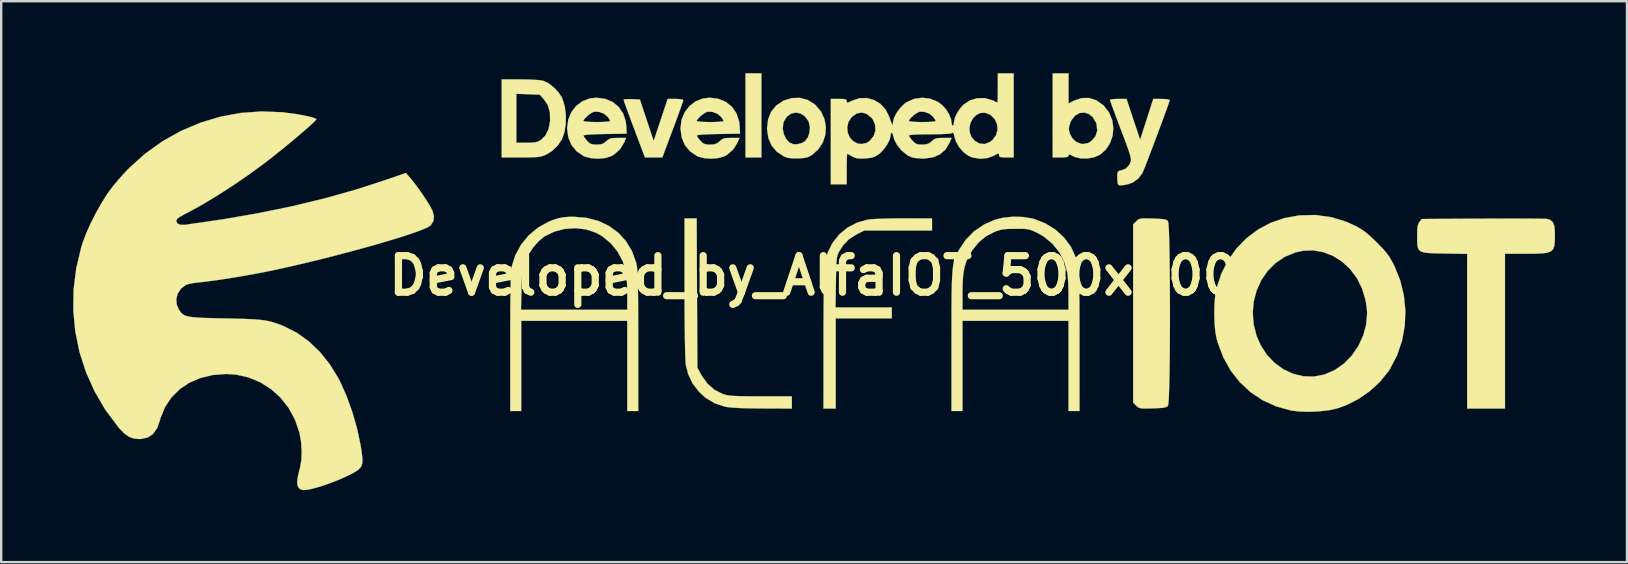
<source format=kicad_pcb>
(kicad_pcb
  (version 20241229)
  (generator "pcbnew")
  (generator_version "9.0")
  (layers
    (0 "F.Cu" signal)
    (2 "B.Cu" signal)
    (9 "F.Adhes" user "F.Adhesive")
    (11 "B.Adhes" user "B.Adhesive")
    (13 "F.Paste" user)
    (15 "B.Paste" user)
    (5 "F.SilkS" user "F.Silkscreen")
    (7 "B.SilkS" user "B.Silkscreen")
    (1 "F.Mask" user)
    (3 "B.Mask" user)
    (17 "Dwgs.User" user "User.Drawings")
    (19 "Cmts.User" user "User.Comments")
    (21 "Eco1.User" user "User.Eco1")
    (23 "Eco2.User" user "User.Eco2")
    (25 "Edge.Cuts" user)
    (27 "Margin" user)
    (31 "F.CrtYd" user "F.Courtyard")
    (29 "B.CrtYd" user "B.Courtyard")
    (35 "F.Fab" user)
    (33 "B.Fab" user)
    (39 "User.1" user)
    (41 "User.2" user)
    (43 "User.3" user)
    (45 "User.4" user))
  (footprint "Developed_by_AlfaIOT_500x500"
    (layer "F.Cu")
    (at 30.862 8.438)
    (property "Reference" "Developed_by_AlfaIOT_500x500" (at 0 0 0) (layer "F.SilkS") (effects (font (size 1.524 1.524) (thickness 0.3))))
    (attr through_hole)
    (fp_poly (pts (xy -2.184 -4.928) (xy -2.845 -4.928) (xy -2.845 -8.433) (xy -2.184 -8.433) (xy -2.184 -4.928)) (stroke (width 0.01) (type solid)) (fill yes) (layer "F.SilkS"))
    (fp_poly (pts (xy -5.594 -7.359) (xy -5.477 -7.34) (xy -5.436 -7.316) (xy -5.453 -7.256) (xy -5.501 -7.115) (xy -5.575 -6.906) (xy -5.671 -6.643) (xy -5.783 -6.339) (xy -5.874 -6.097) (xy -6.312 -4.928) (xy -6.674 -4.928) (xy -7.036 -4.928) (xy -7.48 -6.109) (xy -7.603 -6.435) (xy -7.712 -6.73) (xy -7.804 -6.981) (xy -7.873 -7.173) (xy -7.915 -7.294) (xy -7.925 -7.33) (xy -7.879 -7.349) (xy -7.757 -7.358) (xy -7.587 -7.356) (xy -7.586 -7.356) (xy -7.247 -7.341) (xy -6.959 -6.477) (xy -6.672 -5.613) (xy -6.38 -6.49) (xy -6.088 -7.366) (xy -5.762 -7.366) (xy -5.594 -7.359)) (stroke (width 0.01) (type solid)) (fill yes) (layer "F.SilkS"))
    (fp_poly (pts (xy -4.866 0.724) (xy -4.851 3.835) (xy -4.67 4.166) (xy -4.432 4.5) (xy -4.134 4.759) (xy -3.784 4.935) (xy -3.747 4.947) (xy -3.647 4.974) (xy -3.522 4.994) (xy -3.36 5.009) (xy -3.145 5.019) (xy -2.866 5.026) (xy -2.507 5.029) (xy -2.204 5.029) (xy -0.914 5.029) (xy -0.914 5.537) (xy -2.146 5.533) (xy -2.66 5.528) (xy -3.075 5.517) (xy -3.395 5.498) (xy -3.624 5.473) (xy -3.696 5.46) (xy -4.122 5.32) (xy -4.5 5.095) (xy -4.778 4.843) (xy -5.052 4.488) (xy -5.238 4.09) (xy -5.331 3.708) (xy -5.343 3.582) (xy -5.353 3.361) (xy -5.362 3.052) (xy -5.37 2.661) (xy -5.376 2.195) (xy -5.381 1.661) (xy -5.384 1.067) (xy -5.384 0.495) (xy -5.385 -2.388) (xy -4.88 -2.388) (xy -4.866 0.724)) (stroke (width 0.01) (type solid)) (fill yes) (layer "F.SilkS"))
    (fp_poly (pts (xy 4.928 -1.88) (xy 2.099 -1.88) (xy 1.789 -1.725) (xy 1.469 -1.522) (xy 1.216 -1.258) (xy 1.054 -1.002) (xy 1.016 -0.923) (xy 0.986 -0.841) (xy 0.965 -0.74) (xy 0.95 -0.604) (xy 0.939 -0.418) (xy 0.931 -0.165) (xy 0.925 0.169) (xy 0.923 0.267) (xy 0.907 1.321) (xy 3.251 1.321) (xy 3.251 1.778) (xy 0.914 1.778) (xy 0.914 5.537) (xy 0.406 5.537) (xy 0.407 2.68) (xy 0.408 2.051) (xy 0.411 1.473) (xy 0.415 0.954) (xy 0.422 0.5) (xy 0.43 0.119) (xy 0.439 -0.182) (xy 0.449 -0.395) (xy 0.46 -0.508) (xy 0.581 -0.964) (xy 0.785 -1.371) (xy 1.065 -1.721) (xy 1.41 -2.005) (xy 1.812 -2.214) (xy 2.261 -2.337) (xy 2.266 -2.338) (xy 2.405 -2.352) (xy 2.625 -2.365) (xy 2.909 -2.375) (xy 3.236 -2.383) (xy 3.588 -2.387) (xy 3.747 -2.387) (xy 4.928 -2.388) (xy 4.928 -1.88)) (stroke (width 0.01) (type solid)) (fill yes) (layer "F.SilkS"))
    (fp_poly (pts (xy 29.313 -2.38) (xy 29.701 -2.379) (xy 30.03 -2.377) (xy 30.291 -2.373) (xy 30.472 -2.369) (xy 30.563 -2.364) (xy 30.57 -2.363) (xy 30.708 -2.311) (xy 30.8 -2.225) (xy 30.855 -2.087) (xy 30.881 -1.879) (xy 30.885 -1.664) (xy 30.88 -1.428) (xy 30.861 -1.248) (xy 30.815 -1.116) (xy 30.731 -1.024) (xy 30.595 -0.965) (xy 30.397 -0.933) (xy 30.123 -0.918) (xy 29.763 -0.914) (xy 29.671 -0.914) (xy 28.804 -0.914) (xy 28.804 5.537) (xy 27.229 5.537) (xy 27.229 -0.908) (xy 26.284 -0.924) (xy 25.917 -0.931) (xy 25.638 -0.942) (xy 25.436 -0.966) (xy 25.299 -1.01) (xy 25.213 -1.083) (xy 25.168 -1.192) (xy 25.149 -1.346) (xy 25.146 -1.551) (xy 25.146 -1.651) (xy 25.15 -1.888) (xy 25.164 -2.049) (xy 25.191 -2.156) (xy 25.237 -2.235) (xy 25.243 -2.242) (xy 25.34 -2.362) (xy 27.897 -2.377) (xy 28.401 -2.379) (xy 28.876 -2.38) (xy 29.313 -2.38)) (stroke (width 0.01) (type solid)) (fill yes) (layer "F.SilkS"))
    (fp_poly (pts (xy 13.98 -2.384) (xy 14.129 -2.379) (xy 14.381 -2.369) (xy 14.551 -2.356) (xy 14.659 -2.335) (xy 14.724 -2.303) (xy 14.762 -2.264) (xy 14.776 -2.193) (xy 14.79 -2.031) (xy 14.802 -1.786) (xy 14.812 -1.47) (xy 14.821 -1.092) (xy 14.828 -0.66) (xy 14.834 -0.187) (xy 14.838 0.32) (xy 14.841 0.849) (xy 14.842 1.392) (xy 14.842 1.937) (xy 14.84 2.477) (xy 14.837 3) (xy 14.832 3.496) (xy 14.826 3.957) (xy 14.818 4.372) (xy 14.809 4.731) (xy 14.798 5.025) (xy 14.786 5.243) (xy 14.772 5.376) (xy 14.762 5.413) (xy 14.717 5.458) (xy 14.646 5.488) (xy 14.531 5.508) (xy 14.35 5.521) (xy 14.129 5.529) (xy 13.882 5.535) (xy 13.716 5.534) (xy 13.606 5.522) (xy 13.533 5.496) (xy 13.474 5.451) (xy 13.439 5.417) (xy 13.31 5.288) (xy 13.31 -2.138) (xy 13.439 -2.267) (xy 13.5 -2.324) (xy 13.563 -2.36) (xy 13.649 -2.38) (xy 13.781 -2.386) (xy 13.98 -2.384)) (stroke (width 0.01) (type solid)) (fill yes) (layer "F.SilkS"))
    (fp_poly (pts (xy -11.922 -8.175) (xy -11.644 -8.163) (xy -11.422 -8.145) (xy -11.278 -8.122) (xy -11.266 -8.118) (xy -11.05 -8.014) (xy -10.829 -7.843) (xy -10.632 -7.631) (xy -10.488 -7.407) (xy -10.473 -7.373) (xy -10.378 -7.061) (xy -10.332 -6.704) (xy -10.336 -6.336) (xy -10.388 -5.989) (xy -10.488 -5.696) (xy -10.497 -5.678) (xy -10.679 -5.414) (xy -10.923 -5.186) (xy -11.15 -5.047) (xy -11.256 -5.002) (xy -11.359 -4.969) (xy -11.48 -4.948) (xy -11.64 -4.936) (xy -11.857 -4.93) (xy -12.154 -4.928) (xy -12.205 -4.928) (xy -13.005 -4.928) (xy -13.005 -5.537) (xy -12.395 -5.537) (xy -11.971 -5.537) (xy -11.744 -5.542) (xy -11.588 -5.56) (xy -11.472 -5.596) (xy -11.374 -5.652) (xy -11.184 -5.839) (xy -11.054 -6.103) (xy -10.988 -6.439) (xy -10.988 -6.441) (xy -10.995 -6.806) (xy -11.089 -7.119) (xy -11.251 -7.357) (xy -11.422 -7.544) (xy -12.395 -7.579) (xy -12.395 -5.537) (xy -13.005 -5.537) (xy -13.005 -8.179) (xy -12.236 -8.179) (xy -11.922 -8.175)) (stroke (width 0.01) (type solid)) (fill yes) (layer "F.SilkS"))
    (fp_poly (pts (xy 10.617 -7.177) (xy 10.854 -7.297) (xy 11.162 -7.401) (xy 11.468 -7.406) (xy 11.764 -7.312) (xy 12.041 -7.122) (xy 12.098 -7.068) (xy 12.307 -6.794) (xy 12.435 -6.484) (xy 12.483 -6.156) (xy 12.453 -5.829) (xy 12.346 -5.52) (xy 12.164 -5.247) (xy 11.929 -5.043) (xy 11.697 -4.938) (xy 11.42 -4.885) (xy 11.135 -4.887) (xy 10.882 -4.945) (xy 10.808 -4.979) (xy 10.687 -5.039) (xy 10.631 -5.046) (xy 10.617 -5.005) (xy 10.596 -4.962) (xy 10.52 -4.938) (xy 10.37 -4.928) (xy 10.287 -4.928) (xy 9.957 -4.928) (xy 9.957 -6.081) (xy 10.631 -6.081) (xy 10.661 -5.946) (xy 10.771 -5.729) (xy 10.94 -5.572) (xy 11.147 -5.493) (xy 11.227 -5.486) (xy 11.439 -5.528) (xy 11.578 -5.617) (xy 11.742 -5.815) (xy 11.813 -6.046) (xy 11.787 -6.303) (xy 11.762 -6.378) (xy 11.634 -6.6) (xy 11.465 -6.74) (xy 11.272 -6.799) (xy 11.075 -6.777) (xy 10.892 -6.674) (xy 10.743 -6.489) (xy 10.692 -6.378) (xy 10.639 -6.212) (xy 10.631 -6.081) (xy 9.957 -6.081) (xy 9.957 -8.433) (xy 10.617 -8.433) (xy 10.617 -7.177)) (stroke (width 0.01) (type solid)) (fill yes) (layer "F.SilkS"))
    (fp_poly (pts (xy -0.26 -7.325) (xy 0.027 -7.15) (xy 0.076 -7.107) (xy 0.302 -6.836) (xy 0.444 -6.528) (xy 0.504 -6.2) (xy 0.482 -5.871) (xy 0.379 -5.557) (xy 0.196 -5.274) (xy -0.043 -5.056) (xy -0.174 -4.974) (xy -0.297 -4.925) (xy -0.451 -4.9) (xy -0.652 -4.888) (xy -0.894 -4.888) (xy -1.073 -4.91) (xy -1.223 -4.961) (xy -1.245 -4.971) (xy -1.537 -5.163) (xy -1.754 -5.42) (xy -1.892 -5.735) (xy -1.945 -6.099) (xy -1.945 -6.121) (xy -1.293 -6.121) (xy -1.249 -5.896) (xy -1.151 -5.696) (xy -1.012 -5.547) (xy -0.847 -5.475) (xy -0.673 -5.48) (xy -0.487 -5.531) (xy -0.368 -5.599) (xy -0.246 -5.759) (xy -0.176 -5.973) (xy -0.163 -6.206) (xy -0.213 -6.42) (xy -0.228 -6.45) (xy -0.376 -6.647) (xy -0.558 -6.762) (xy -0.756 -6.797) (xy -0.949 -6.753) (xy -1.117 -6.632) (xy -1.241 -6.437) (xy -1.271 -6.346) (xy -1.293 -6.121) (xy -1.945 -6.121) (xy -1.946 -6.147) (xy -1.902 -6.519) (xy -1.775 -6.833) (xy -1.567 -7.088) (xy -1.277 -7.282) (xy -1.247 -7.297) (xy -0.913 -7.401) (xy -0.579 -7.41) (xy -0.26 -7.325)) (stroke (width 0.01) (type solid)) (fill yes) (layer "F.SilkS"))
    (fp_poly (pts (xy 13.316 -6.515) (xy 13.6 -5.664) (xy 13.874 -6.514) (xy 14.148 -7.365) (xy 14.491 -7.365) (xy 14.664 -7.359) (xy 14.787 -7.341) (xy 14.834 -7.316) (xy 14.834 -7.316) (xy 14.816 -7.256) (xy 14.768 -7.115) (xy 14.694 -6.907) (xy 14.599 -6.647) (xy 14.489 -6.349) (xy 14.369 -6.027) (xy 14.244 -5.694) (xy 14.121 -5.366) (xy 14.003 -5.056) (xy 13.896 -4.778) (xy 13.806 -4.547) (xy 13.738 -4.377) (xy 13.697 -4.281) (xy 13.693 -4.274) (xy 13.523 -4.048) (xy 13.292 -3.882) (xy 13.106 -3.814) (xy 12.897 -3.772) (xy 12.765 -3.763) (xy 12.692 -3.785) (xy 12.683 -3.793) (xy 12.664 -3.859) (xy 12.652 -3.992) (xy 12.649 -4.092) (xy 12.653 -4.248) (xy 12.674 -4.33) (xy 12.729 -4.369) (xy 12.82 -4.39) (xy 13.009 -4.463) (xy 13.144 -4.612) (xy 13.204 -4.74) (xy 13.218 -4.794) (xy 13.217 -4.864) (xy 13.199 -4.961) (xy 13.16 -5.099) (xy 13.097 -5.289) (xy 13.005 -5.542) (xy 12.881 -5.872) (xy 12.801 -6.082) (xy 12.677 -6.411) (xy 12.565 -6.709) (xy 12.471 -6.962) (xy 12.4 -7.158) (xy 12.356 -7.283) (xy 12.344 -7.324) (xy 12.391 -7.345) (xy 12.513 -7.36) (xy 12.684 -7.366) (xy 12.688 -7.366) (xy 13.032 -7.366) (xy 13.316 -6.515)) (stroke (width 0.01) (type solid)) (fill yes) (layer "F.SilkS"))
    (fp_poly (pts (xy -8.7 -7.372) (xy -8.387 -7.242) (xy -8.133 -7.037) (xy -7.946 -6.764) (xy -7.837 -6.433) (xy -7.812 -6.223) (xy -7.798 -5.918) (xy -8.7 -5.904) (xy -9.018 -5.897) (xy -9.279 -5.885) (xy -9.47 -5.871) (xy -9.579 -5.854) (xy -9.601 -5.842) (xy -9.57 -5.777) (xy -9.491 -5.671) (xy -9.453 -5.627) (xy -9.347 -5.524) (xy -9.243 -5.475) (xy -9.093 -5.461) (xy -9.05 -5.461) (xy -8.873 -5.473) (xy -8.749 -5.52) (xy -8.649 -5.601) (xy -8.557 -5.677) (xy -8.462 -5.72) (xy -8.328 -5.737) (xy -8.163 -5.74) (xy -7.822 -5.74) (xy -7.901 -5.55) (xy -8.071 -5.271) (xy -8.315 -5.053) (xy -8.458 -4.973) (xy -8.701 -4.901) (xy -8.991 -4.875) (xy -9.283 -4.895) (xy -9.537 -4.961) (xy -9.587 -4.983) (xy -9.879 -5.18) (xy -10.094 -5.442) (xy -10.228 -5.76) (xy -10.277 -6.126) (xy -10.277 -6.152) (xy -10.238 -6.448) (xy -9.601 -6.448) (xy -9.554 -6.429) (xy -9.425 -6.414) (xy -9.236 -6.404) (xy -9.042 -6.401) (xy -8.818 -6.405) (xy -8.636 -6.415) (xy -8.519 -6.429) (xy -8.484 -6.445) (xy -8.512 -6.512) (xy -8.582 -6.614) (xy -8.586 -6.619) (xy -8.74 -6.747) (xy -8.938 -6.825) (xy -9.136 -6.835) (xy -9.166 -6.829) (xy -9.276 -6.777) (xy -9.403 -6.685) (xy -9.517 -6.578) (xy -9.59 -6.484) (xy -9.601 -6.448) (xy -10.238 -6.448) (xy -10.231 -6.501) (xy -10.103 -6.811) (xy -9.904 -7.07) (xy -9.646 -7.265) (xy -9.342 -7.384) (xy -9.063 -7.417) (xy -8.7 -7.372)) (stroke (width 0.01) (type solid)) (fill yes) (layer "F.SilkS"))
    (fp_poly (pts (xy -3.976 -7.372) (xy -3.663 -7.242) (xy -3.408 -7.037) (xy -3.222 -6.764) (xy -3.112 -6.433) (xy -3.088 -6.223) (xy -3.073 -5.918) (xy -3.975 -5.904) (xy -4.293 -5.897) (xy -4.554 -5.885) (xy -4.745 -5.871) (xy -4.855 -5.854) (xy -4.877 -5.842) (xy -4.846 -5.777) (xy -4.767 -5.671) (xy -4.729 -5.627) (xy -4.623 -5.524) (xy -4.518 -5.475) (xy -4.369 -5.461) (xy -4.326 -5.461) (xy -4.149 -5.473) (xy -4.025 -5.52) (xy -3.925 -5.601) (xy -3.833 -5.677) (xy -3.737 -5.72) (xy -3.603 -5.737) (xy -3.438 -5.74) (xy -3.097 -5.74) (xy -3.177 -5.55) (xy -3.347 -5.271) (xy -3.59 -5.053) (xy -3.734 -4.973) (xy -3.977 -4.901) (xy -4.266 -4.875) (xy -4.559 -4.895) (xy -4.813 -4.961) (xy -4.863 -4.983) (xy -5.154 -5.18) (xy -5.37 -5.442) (xy -5.504 -5.76) (xy -5.553 -6.126) (xy -5.553 -6.152) (xy -5.514 -6.448) (xy -4.877 -6.448) (xy -4.829 -6.429) (xy -4.701 -6.414) (xy -4.512 -6.404) (xy -4.318 -6.401) (xy -4.093 -6.405) (xy -3.912 -6.415) (xy -3.794 -6.429) (xy -3.759 -6.445) (xy -3.788 -6.512) (xy -3.858 -6.614) (xy -3.862 -6.619) (xy -4.016 -6.747) (xy -4.214 -6.825) (xy -4.411 -6.835) (xy -4.442 -6.829) (xy -4.551 -6.777) (xy -4.678 -6.685) (xy -4.793 -6.578) (xy -4.866 -6.484) (xy -4.877 -6.448) (xy -5.514 -6.448) (xy -5.507 -6.501) (xy -5.378 -6.811) (xy -5.179 -7.07) (xy -4.922 -7.265) (xy -4.617 -7.384) (xy -4.338 -7.417) (xy -3.976 -7.372)) (stroke (width 0.01) (type solid)) (fill yes) (layer "F.SilkS"))
    (fp_poly (pts (xy -9.473 -2.411) (xy -8.981 -2.282) (xy -8.537 -2.074) (xy -8.15 -1.791) (xy -7.828 -1.441) (xy -7.578 -1.028) (xy -7.407 -0.559) (xy -7.393 -0.503) (xy -7.377 -0.417) (xy -7.362 -0.307) (xy -7.35 -0.166) (xy -7.341 0.015) (xy -7.333 0.244) (xy -7.327 0.53) (xy -7.322 0.88) (xy -7.319 1.303) (xy -7.317 1.807) (xy -7.316 2.401) (xy -7.316 2.731) (xy -7.315 5.639) (xy -7.772 5.639) (xy -7.772 1.88) (xy -12.192 1.88) (xy -12.192 5.639) (xy -12.649 5.639) (xy -12.649 2.771) (xy -12.648 2.034) (xy -12.645 1.422) (xy -12.202 1.422) (xy -7.772 1.422) (xy -7.772 0.769) (xy -7.777 0.491) (xy -7.788 0.223) (xy -7.805 -0.005) (xy -7.824 -0.158) (xy -7.957 -0.598) (xy -8.175 -1.003) (xy -8.466 -1.358) (xy -8.819 -1.645) (xy -9.078 -1.79) (xy -9.487 -1.928) (xy -9.925 -1.98) (xy -10.372 -1.95) (xy -10.805 -1.839) (xy -11.201 -1.648) (xy -11.247 -1.618) (xy -11.48 -1.423) (xy -11.708 -1.158) (xy -11.908 -0.855) (xy -12.046 -0.57) (xy -12.09 -0.445) (xy -12.122 -0.316) (xy -12.145 -0.161) (xy -12.162 0.039) (xy -12.173 0.305) (xy -12.181 0.572) (xy -12.202 1.422) (xy -12.645 1.422) (xy -12.645 1.397) (xy -12.64 0.86) (xy -12.633 0.419) (xy -12.623 0.075) (xy -12.612 -0.174) (xy -12.598 -0.33) (xy -12.592 -0.366) (xy -12.438 -0.85) (xy -12.197 -1.292) (xy -11.879 -1.679) (xy -11.492 -2.002) (xy -11.046 -2.25) (xy -10.857 -2.325) (xy -10.633 -2.395) (xy -10.424 -2.435) (xy -10.184 -2.453) (xy -10.008 -2.455) (xy -9.473 -2.411)) (stroke (width 0.01) (type solid)) (fill yes) (layer "F.SilkS"))
    (fp_poly (pts (xy 8.736 -2.445) (xy 9.12 -2.38) (xy 9.169 -2.366) (xy 9.654 -2.177) (xy 10.079 -1.913) (xy 10.437 -1.582) (xy 10.721 -1.193) (xy 10.922 -0.754) (xy 11 -0.471) (xy 11.016 -0.375) (xy 11.03 -0.249) (xy 11.042 -0.084) (xy 11.051 0.127) (xy 11.059 0.393) (xy 11.064 0.721) (xy 11.069 1.119) (xy 11.071 1.596) (xy 11.073 2.159) (xy 11.074 2.756) (xy 11.074 5.639) (xy 10.617 5.639) (xy 10.617 1.88) (xy 6.198 1.88) (xy 6.198 5.639) (xy 5.74 5.639) (xy 5.74 2.728) (xy 5.741 2.077) (xy 5.741 1.519) (xy 5.744 1.045) (xy 5.748 0.666) (xy 6.198 0.666) (xy 6.198 1.422) (xy 10.617 1.422) (xy 10.617 0.8) (xy 10.613 0.524) (xy 10.601 0.252) (xy 10.585 0.02) (xy 10.568 -0.121) (xy 10.445 -0.568) (xy 10.232 -0.977) (xy 9.942 -1.337) (xy 9.582 -1.633) (xy 9.32 -1.783) (xy 9.158 -1.859) (xy 9.027 -1.909) (xy 8.896 -1.938) (xy 8.737 -1.951) (xy 8.518 -1.954) (xy 8.407 -1.954) (xy 8.132 -1.95) (xy 7.927 -1.935) (xy 7.762 -1.905) (xy 7.607 -1.856) (xy 7.555 -1.836) (xy 7.183 -1.647) (xy 6.877 -1.397) (xy 6.618 -1.075) (xy 6.464 -0.824) (xy 6.351 -0.58) (xy 6.273 -0.319) (xy 6.225 -0.019) (xy 6.202 0.342) (xy 6.198 0.666) (xy 5.748 0.666) (xy 5.749 0.646) (xy 5.756 0.314) (xy 5.767 0.04) (xy 5.783 -0.185) (xy 5.803 -0.368) (xy 5.829 -0.52) (xy 5.862 -0.649) (xy 5.902 -0.763) (xy 5.949 -0.872) (xy 6.005 -0.983) (xy 6.047 -1.063) (xy 6.333 -1.496) (xy 6.686 -1.854) (xy 7.109 -2.138) (xy 7.539 -2.327) (xy 7.904 -2.418) (xy 8.317 -2.458) (xy 8.736 -2.445)) (stroke (width 0.01) (type solid)) (fill yes) (layer "F.SilkS"))
    (fp_poly (pts (xy 20.951 -2.523) (xy 21.582 -2.433) (xy 22.182 -2.25) (xy 22.579 -2.07) (xy 22.793 -1.95) (xy 22.991 -1.813) (xy 23.197 -1.639) (xy 23.438 -1.409) (xy 23.472 -1.375) (xy 23.69 -1.151) (xy 23.853 -0.966) (xy 23.979 -0.794) (xy 24.091 -0.607) (xy 24.195 -0.406) (xy 24.438 0.197) (xy 24.591 0.823) (xy 24.654 1.46) (xy 24.628 2.096) (xy 24.513 2.718) (xy 24.31 3.314) (xy 24.019 3.872) (xy 23.937 3.999) (xy 23.586 4.431) (xy 23.159 4.821) (xy 22.676 5.152) (xy 22.158 5.41) (xy 21.792 5.537) (xy 21.462 5.607) (xy 21.071 5.652) (xy 20.659 5.671) (xy 20.262 5.662) (xy 19.92 5.624) (xy 19.888 5.618) (xy 19.276 5.449) (xy 18.714 5.195) (xy 18.208 4.859) (xy 17.762 4.447) (xy 17.381 3.964) (xy 17.072 3.415) (xy 16.839 2.804) (xy 16.786 2.616) (xy 16.735 2.337) (xy 16.703 1.991) (xy 16.691 1.609) (xy 16.693 1.543) (xy 18.293 1.543) (xy 18.33 2.027) (xy 18.453 2.507) (xy 18.621 2.894) (xy 18.884 3.3) (xy 19.205 3.637) (xy 19.573 3.902) (xy 19.976 4.089) (xy 20.401 4.192) (xy 20.836 4.205) (xy 21.27 4.123) (xy 21.281 4.12) (xy 21.705 3.937) (xy 22.087 3.67) (xy 22.419 3.333) (xy 22.692 2.938) (xy 22.896 2.499) (xy 23.022 2.028) (xy 23.061 1.575) (xy 23.05 1.403) (xy 23.022 1.184) (xy 22.986 0.991) (xy 22.843 0.517) (xy 22.627 0.092) (xy 22.35 -0.276) (xy 22.021 -0.582) (xy 21.65 -0.818) (xy 21.248 -0.977) (xy 20.824 -1.054) (xy 20.389 -1.04) (xy 20.059 -0.967) (xy 19.619 -0.781) (xy 19.234 -0.518) (xy 18.909 -0.191) (xy 18.649 0.19) (xy 18.456 0.614) (xy 18.336 1.069) (xy 18.293 1.543) (xy 16.693 1.543) (xy 16.699 1.224) (xy 16.726 0.868) (xy 16.773 0.572) (xy 16.781 0.54) (xy 16.982 -0.076) (xy 17.262 -0.635) (xy 17.616 -1.133) (xy 18.035 -1.563) (xy 18.513 -1.922) (xy 19.042 -2.203) (xy 19.616 -2.401) (xy 20.226 -2.511) (xy 20.866 -2.528) (xy 20.951 -2.523)) (stroke (width 0.01) (type solid)) (fill yes) (layer "F.SilkS"))
    (fp_poly (pts (xy -22.137 -6.81) (xy -21.531 -6.729) (xy -21.242 -6.675) (xy -21.005 -6.622) (xy -20.832 -6.574) (xy -20.739 -6.536) (xy -20.726 -6.521) (xy -20.764 -6.469) (xy -20.871 -6.364) (xy -21.035 -6.214) (xy -21.246 -6.029) (xy -21.492 -5.819) (xy -21.762 -5.592) (xy -22.046 -5.357) (xy -22.333 -5.126) (xy -22.61 -4.905) (xy -22.868 -4.706) (xy -22.913 -4.672) (xy -23.53 -4.221) (xy -24.169 -3.782) (xy -24.808 -3.369) (xy -25.426 -2.995) (xy -26.003 -2.674) (xy -26.218 -2.563) (xy -26.416 -2.454) (xy -26.528 -2.368) (xy -26.568 -2.295) (xy -26.568 -2.287) (xy -26.525 -2.179) (xy -26.402 -2.12) (xy -26.214 -2.118) (xy -26.213 -2.118) (xy -24.626 -2.348) (xy -23.129 -2.607) (xy -21.71 -2.899) (xy -20.363 -3.225) (xy -19.077 -3.588) (xy -17.964 -3.947) (xy -16.998 -4.279) (xy -16.805 -4.057) (xy -16.65 -3.867) (xy -16.476 -3.633) (xy -16.297 -3.378) (xy -16.131 -3.127) (xy -15.994 -2.904) (xy -15.902 -2.733) (xy -15.896 -2.72) (xy -15.828 -2.483) (xy -15.851 -2.279) (xy -15.967 -2.096) (xy -16.065 -2.029) (xy -16.254 -1.943) (xy -16.524 -1.839) (xy -16.866 -1.72) (xy -17.271 -1.59) (xy -17.731 -1.449) (xy -18.235 -1.301) (xy -18.776 -1.149) (xy -19.344 -0.995) (xy -19.931 -0.841) (xy -20.526 -0.69) (xy -21.122 -0.544) (xy -21.709 -0.407) (xy -22.279 -0.28) (xy -22.733 -0.184) (xy -23.17 -0.099) (xy -23.64 -0.013) (xy -24.121 0.069) (xy -24.589 0.144) (xy -25.023 0.207) (xy -25.399 0.256) (xy -25.654 0.284) (xy -25.859 0.309) (xy -26.039 0.344) (xy -26.157 0.381) (xy -26.162 0.383) (xy -26.37 0.539) (xy -26.508 0.747) (xy -26.567 0.984) (xy -26.542 1.228) (xy -26.468 1.395) (xy -26.407 1.49) (xy -26.344 1.566) (xy -26.269 1.626) (xy -26.171 1.672) (xy -26.038 1.707) (xy -25.858 1.732) (xy -25.62 1.75) (xy -25.314 1.763) (xy -24.927 1.774) (xy -24.511 1.783) (xy -24.04 1.793) (xy -23.657 1.804) (xy -23.345 1.819) (xy -23.09 1.838) (xy -22.878 1.864) (xy -22.693 1.899) (xy -22.521 1.945) (xy -22.347 2.004) (xy -22.155 2.077) (xy -22.087 2.105) (xy -21.552 2.374) (xy -21.048 2.734) (xy -20.584 3.176) (xy -20.169 3.692) (xy -19.811 4.274) (xy -19.742 4.406) (xy -19.469 5.018) (xy -19.226 5.694) (xy -19.026 6.396) (xy -18.88 7.089) (xy -18.843 7.326) (xy -18.811 7.602) (xy -18.812 7.804) (xy -18.86 7.954) (xy -18.966 8.077) (xy -19.143 8.194) (xy -19.368 8.312) (xy -19.66 8.448) (xy -19.987 8.582) (xy -20.324 8.706) (xy -20.645 8.81) (xy -20.924 8.886) (xy -21.121 8.923) (xy -21.281 8.933) (xy -21.38 8.91) (xy -21.457 8.846) (xy -21.512 8.748) (xy -21.529 8.608) (xy -21.507 8.41) (xy -21.445 8.14) (xy -21.414 8.028) (xy -21.355 7.702) (xy -21.339 7.321) (xy -21.365 6.923) (xy -21.433 6.546) (xy -21.436 6.533) (xy -21.622 5.994) (xy -21.887 5.509) (xy -22.222 5.083) (xy -22.618 4.725) (xy -23.067 4.441) (xy -23.56 4.237) (xy -24.089 4.121) (xy -24.486 4.096) (xy -25.045 4.138) (xy -25.559 4.262) (xy -26.023 4.462) (xy -26.428 4.734) (xy -26.767 5.073) (xy -27.035 5.474) (xy -27.222 5.931) (xy -27.254 6.045) (xy -27.37 6.364) (xy -27.537 6.596) (xy -27.755 6.742) (xy -28.029 6.804) (xy -28.11 6.807) (xy -28.341 6.785) (xy -28.544 6.709) (xy -28.74 6.567) (xy -28.952 6.346) (xy -28.986 6.305) (xy -29.522 5.588) (xy -29.969 4.824) (xy -30.328 4.021) (xy -30.597 3.188) (xy -30.773 2.332) (xy -30.857 1.46) (xy -30.845 0.582) (xy -30.737 -0.296) (xy -30.531 -1.165) (xy -30.457 -1.401) (xy -30.318 -1.769) (xy -30.131 -2.184) (xy -29.913 -2.615) (xy -29.679 -3.031) (xy -29.446 -3.4) (xy -29.375 -3.502) (xy -29.2 -3.731) (xy -28.98 -3.995) (xy -28.742 -4.262) (xy -28.521 -4.493) (xy -27.856 -5.089) (xy -27.137 -5.602) (xy -26.373 -6.03) (xy -25.571 -6.371) (xy -24.738 -6.622) (xy -23.884 -6.781) (xy -23.014 -6.844) (xy -22.137 -6.81)) (stroke (width 0.01) (type solid)) (fill yes) (layer "F.SilkS"))
    (fp_poly (pts (xy 8.331 -4.928) (xy 8.026 -4.928) (xy 7.856 -4.931) (xy 7.764 -4.948) (xy 7.727 -4.985) (xy 7.722 -5.026) (xy 7.715 -5.081) (xy 7.682 -5.091) (xy 7.599 -5.054) (xy 7.506 -5.001) (xy 7.234 -4.9) (xy 6.929 -4.873) (xy 6.627 -4.922) (xy 6.447 -4.994) (xy 6.239 -5.148) (xy 6.054 -5.364) (xy 5.917 -5.609) (xy 5.86 -5.801) (xy 5.83 -5.927) (xy 5.792 -5.959) (xy 5.774 -5.947) (xy 5.701 -5.925) (xy 5.534 -5.909) (xy 5.282 -5.898) (xy 4.953 -5.893) (xy 4.841 -5.893) (xy 4.509 -5.89) (xy 4.247 -5.882) (xy 4.066 -5.869) (xy 3.973 -5.852) (xy 3.962 -5.843) (xy 3.994 -5.777) (xy 4.072 -5.671) (xy 4.111 -5.627) (xy 4.216 -5.524) (xy 4.321 -5.475) (xy 4.47 -5.461) (xy 4.514 -5.461) (xy 4.69 -5.473) (xy 4.814 -5.52) (xy 4.914 -5.601) (xy 5.006 -5.677) (xy 5.102 -5.72) (xy 5.236 -5.737) (xy 5.401 -5.74) (xy 5.742 -5.74) (xy 5.662 -5.55) (xy 5.495 -5.265) (xy 5.263 -5.059) (xy 4.967 -4.931) (xy 4.608 -4.882) (xy 4.456 -4.884) (xy 4.231 -4.903) (xy 4.068 -4.94) (xy 3.928 -5.006) (xy 3.869 -5.043) (xy 3.652 -5.224) (xy 3.473 -5.446) (xy 3.353 -5.677) (xy 3.32 -5.799) (xy 3.285 -5.922) (xy 3.242 -5.961) (xy 3.208 -5.912) (xy 3.199 -5.826) (xy 3.162 -5.669) (xy 3.066 -5.477) (xy 2.932 -5.284) (xy 2.779 -5.119) (xy 2.703 -5.058) (xy 2.556 -4.969) (xy 2.41 -4.918) (xy 2.22 -4.891) (xy 2.133 -4.885) (xy 1.923 -4.88) (xy 1.775 -4.897) (xy 1.653 -4.943) (xy 1.598 -4.973) (xy 1.48 -5.039) (xy 1.404 -5.077) (xy 1.394 -5.08) (xy 1.386 -5.032) (xy 1.379 -4.902) (xy 1.374 -4.709) (xy 1.372 -4.472) (xy 1.372 -4.445) (xy 1.372 -3.81) (xy 0.711 -3.81) (xy 0.711 -6.183) (xy 1.394 -6.183) (xy 1.414 -5.964) (xy 1.498 -5.765) (xy 1.638 -5.606) (xy 1.826 -5.508) (xy 1.981 -5.486) (xy 2.196 -5.529) (xy 2.33 -5.615) (xy 2.492 -5.811) (xy 2.569 -6.041) (xy 2.564 -6.179) (xy 6.488 -6.179) (xy 6.497 -5.974) (xy 6.573 -5.777) (xy 6.711 -5.617) (xy 6.914 -5.502) (xy 7.128 -5.487) (xy 7.34 -5.57) (xy 7.448 -5.653) (xy 7.595 -5.85) (xy 7.659 -6.076) (xy 7.641 -6.308) (xy 7.544 -6.522) (xy 7.371 -6.694) (xy 7.327 -6.722) (xy 7.124 -6.793) (xy 6.935 -6.778) (xy 6.768 -6.694) (xy 6.632 -6.555) (xy 6.535 -6.378) (xy 6.488 -6.179) (xy 2.564 -6.179) (xy 2.561 -6.281) (xy 2.465 -6.507) (xy 2.394 -6.597) (xy 2.197 -6.748) (xy 1.988 -6.801) (xy 1.779 -6.756) (xy 1.582 -6.612) (xy 1.573 -6.602) (xy 1.444 -6.403) (xy 1.394 -6.183) (xy 0.711 -6.183) (xy 0.711 -7.366) (xy 1.041 -7.366) (xy 1.221 -7.362) (xy 1.321 -7.348) (xy 1.364 -7.315) (xy 1.372 -7.271) (xy 1.379 -7.22) (xy 1.414 -7.21) (xy 1.501 -7.243) (xy 1.609 -7.297) (xy 1.907 -7.395) (xy 2.211 -7.402) (xy 2.502 -7.324) (xy 2.764 -7.17) (xy 2.978 -6.946) (xy 3.128 -6.66) (xy 3.128 -6.659) (xy 3.204 -6.449) (xy 3.252 -6.325) (xy 3.28 -6.278) (xy 3.294 -6.298) (xy 3.298 -6.374) (xy 3.299 -6.378) (xy 3.315 -6.448) (xy 3.962 -6.448) (xy 4.01 -6.429) (xy 4.138 -6.414) (xy 4.328 -6.404) (xy 4.521 -6.401) (xy 4.746 -6.405) (xy 4.927 -6.415) (xy 5.045 -6.429) (xy 5.08 -6.445) (xy 5.051 -6.512) (xy 4.982 -6.614) (xy 4.978 -6.619) (xy 4.824 -6.747) (xy 4.625 -6.825) (xy 4.428 -6.835) (xy 4.397 -6.829) (xy 4.288 -6.777) (xy 4.161 -6.685) (xy 4.046 -6.578) (xy 3.974 -6.484) (xy 3.962 -6.448) (xy 3.315 -6.448) (xy 3.342 -6.566) (xy 3.45 -6.78) (xy 3.603 -6.99) (xy 3.782 -7.166) (xy 3.876 -7.233) (xy 4.184 -7.367) (xy 4.514 -7.415) (xy 4.844 -7.376) (xy 5.151 -7.255) (xy 5.327 -7.131) (xy 5.497 -6.95) (xy 5.634 -6.735) (xy 5.72 -6.52) (xy 5.74 -6.385) (xy 5.757 -6.285) (xy 5.791 -6.248) (xy 5.828 -6.292) (xy 5.842 -6.385) (xy 5.88 -6.577) (xy 5.982 -6.796) (xy 6.131 -7.008) (xy 6.248 -7.131) (xy 6.514 -7.306) (xy 6.816 -7.396) (xy 7.133 -7.399) (xy 7.438 -7.311) (xy 7.469 -7.297) (xy 7.582 -7.242) (xy 7.649 -7.215) (xy 7.653 -7.214) (xy 7.66 -7.261) (xy 7.666 -7.391) (xy 7.669 -7.582) (xy 7.671 -7.817) (xy 7.671 -7.823) (xy 7.671 -8.433) (xy 8.331 -8.433) (xy 8.331 -4.928)) (stroke (width 0.01) (type solid)) (fill yes) (layer "F.SilkS")))
  (gr_rect
    (start -3 -3)
    (end 64.751 20.376)
    (stroke (width 0.1) (type default))
    (fill no)
    (layer "Edge.Cuts")))
</source>
